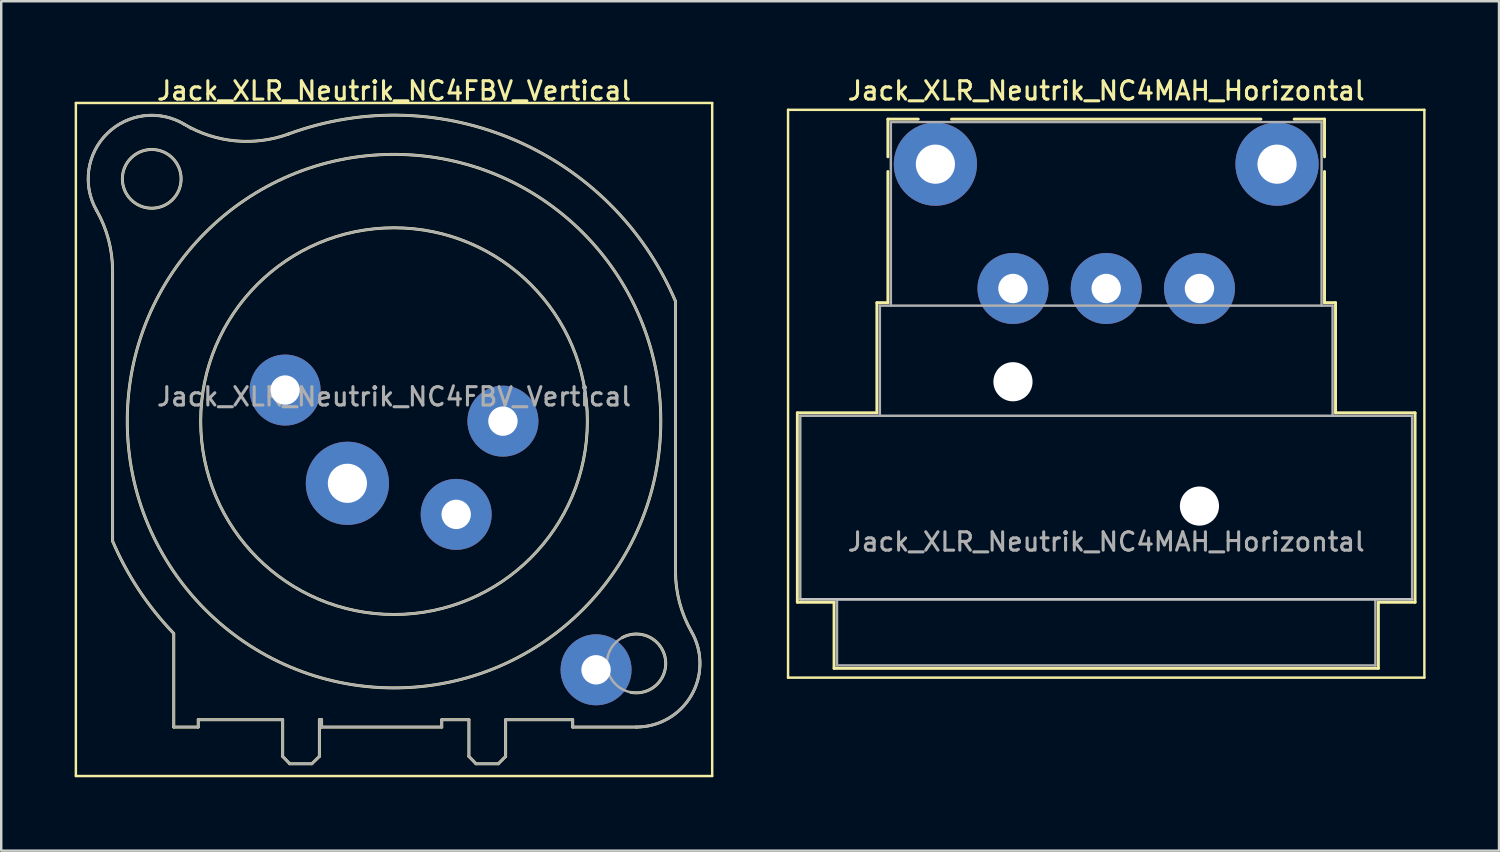
<source format=kicad_pcb>
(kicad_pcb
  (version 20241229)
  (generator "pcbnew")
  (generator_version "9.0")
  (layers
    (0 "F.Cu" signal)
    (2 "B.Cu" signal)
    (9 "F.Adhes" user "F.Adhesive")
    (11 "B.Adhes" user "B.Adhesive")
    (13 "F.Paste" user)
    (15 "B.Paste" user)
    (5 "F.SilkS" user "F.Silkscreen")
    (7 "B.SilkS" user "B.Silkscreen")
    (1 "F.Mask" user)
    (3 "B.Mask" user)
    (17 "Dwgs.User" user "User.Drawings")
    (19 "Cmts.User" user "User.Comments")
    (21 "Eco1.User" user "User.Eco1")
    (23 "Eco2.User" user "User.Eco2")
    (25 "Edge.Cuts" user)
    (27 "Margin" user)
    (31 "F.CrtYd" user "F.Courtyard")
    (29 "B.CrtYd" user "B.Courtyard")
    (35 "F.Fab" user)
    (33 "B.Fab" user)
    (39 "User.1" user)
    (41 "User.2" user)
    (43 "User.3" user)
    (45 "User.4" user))
  (footprint "Jack_XLR_Neutrik_NC4FBV_Vertical"
    (layer "F.Cu")
    (at 17.5 14.158)
    (property "Reference" "Jack_XLR_Neutrik_NC4FBV_Vertical" (at -4.45 -13.5 0) (layer "F.SilkS") (effects (font (size 0.75 0.75) (thickness 0.125))))
    (attr through_hole)
    (fp_line (start -17.45 -13) (end 8.55 -13) (stroke (width 0.1) (type solid)) (layer "F.SilkS"))
    (fp_line (start -17.45 14.5) (end -17.45 -13) (stroke (width 0.1) (type solid)) (layer "F.SilkS"))
    (fp_line (start -15.95 -6.13) (end -15.95 4.9) (stroke (width 0.12) (type solid)) (layer "F.SilkS"))
    (fp_line (start -13.45 8.68) (end -13.45 12.5) (stroke (width 0.12) (type solid)) (layer "F.SilkS"))
    (fp_line (start -12.45 12.2) (end -12.45 12.5) (stroke (width 0.12) (type solid)) (layer "F.SilkS"))
    (fp_line (start -12.45 12.5) (end -13.45 12.5) (stroke (width 0.12) (type solid)) (layer "F.SilkS"))
    (fp_line (start -9 12.2) (end -12.45 12.2) (stroke (width 0.12) (type solid)) (layer "F.SilkS"))
    (fp_line (start -9 12.2) (end -9 13.7) (stroke (width 0.12) (type solid)) (layer "F.SilkS"))
    (fp_line (start -9 13.7) (end -8.71 14) (stroke (width 0.12) (type solid)) (layer "F.SilkS"))
    (fp_line (start -8.71 14) (end -7.81 14) (stroke (width 0.12) (type solid)) (layer "F.SilkS"))
    (fp_line (start -7.5 12.2) (end -7.5 13.7) (stroke (width 0.12) (type solid)) (layer "F.SilkS"))
    (fp_line (start -7.5 13.7) (end -7.81 14) (stroke (width 0.12) (type solid)) (layer "F.SilkS"))
    (fp_line (start -7.41 12.2) (end -7.5 12.2) (stroke (width 0.12) (type solid)) (layer "F.SilkS"))
    (fp_line (start -7.41 12.2) (end -7.41 12.5) (stroke (width 0.12) (type solid)) (layer "F.SilkS"))
    (fp_line (start -2.5 12.2) (end -2.5 12.5) (stroke (width 0.12) (type solid)) (layer "F.SilkS"))
    (fp_line (start -2.5 12.2) (end -1.39 12.2) (stroke (width 0.12) (type solid)) (layer "F.SilkS"))
    (fp_line (start -2.5 12.5) (end -7.41 12.5) (stroke (width 0.12) (type solid)) (layer "F.SilkS"))
    (fp_line (start -1.39 12.2) (end -1.39 13.7) (stroke (width 0.12) (type solid)) (layer "F.SilkS"))
    (fp_line (start -1.39 13.7) (end -1.1 14) (stroke (width 0.12) (type solid)) (layer "F.SilkS"))
    (fp_line (start -1.1 14) (end -0.19 14) (stroke (width 0.12) (type solid)) (layer "F.SilkS"))
    (fp_line (start 0.11 12.2) (end 0.11 13.7) (stroke (width 0.12) (type solid)) (layer "F.SilkS"))
    (fp_line (start 0.11 12.2) (end 2.85 12.2) (stroke (width 0.12) (type solid)) (layer "F.SilkS"))
    (fp_line (start 0.11 13.7) (end -0.19 14) (stroke (width 0.12) (type solid)) (layer "F.SilkS"))
    (fp_line (start 2.85 12.2) (end 2.85 12.5) (stroke (width 0.12) (type solid)) (layer "F.SilkS"))
    (fp_line (start 5.45 12.5) (end 2.85 12.5) (stroke (width 0.12) (type solid)) (layer "F.SilkS"))
    (fp_line (start 7.05 6.13) (end 7.05 -4.9) (stroke (width 0.12) (type solid)) (layer "F.SilkS"))
    (fp_line (start 8.55 -13) (end 8.55 14.5) (stroke (width 0.1) (type solid)) (layer "F.SilkS"))
    (fp_line (start 8.55 14.5) (end -17.45 14.5) (stroke (width 0.1) (type solid)) (layer "F.SilkS"))
    (fp_arc (start -16.605678 -8.61403) (mid -16.167892 -11.753934) (end -13.02 -12.13) (stroke (width 0.12) (type solid)) (layer "F.SilkS"))
    (fp_arc (start -16.601888 -8.608607) (mid -16.114437 -7.411781) (end -15.95 -6.13) (stroke (width 0.12) (type solid)) (layer "F.SilkS"))
    (fp_arc (start -13.460471 8.664376) (mid -14.876528 6.89547) (end -15.95 4.9) (stroke (width 0.12) (type solid)) (layer "F.SilkS"))
    (fp_arc (start -8.782378 -11.725634) (mid 0.49884 -11.479067) (end 7.05 -4.9) (stroke (width 0.12) (type solid)) (layer "F.SilkS"))
    (fp_arc (start -8.765808 -11.730188) (mid -10.937772 -11.452682) (end -13.02 -12.13) (stroke (width 0.12) (type solid)) (layer "F.SilkS"))
    (fp_arc (start 4.867701 8.848226) (mid 6.637502 9.712546) (end 5.22 11.08) (stroke (width 0.12) (type solid)) (layer "F.SilkS"))
    (fp_arc (start 7.706842 8.607293) (mid 7.216999 7.411447) (end 7.05 6.13) (stroke (width 0.12) (type solid)) (layer "F.SilkS"))
    (fp_arc (start 7.708442 8.611807) (mid 7.698255 11.20589) (end 5.45 12.5) (stroke (width 0.12) (type solid)) (layer "F.SilkS"))
    (fp_circle (center -14.35 -9.9) (end -13.15 -9.9) (stroke (width 0.12) (type solid)) (fill no) (layer "F.SilkS"))
    (fp_circle (center -4.45 0) (end 3.45 0) (stroke (width 0.12) (type solid)) (fill no) (layer "F.SilkS"))
    (fp_circle (center -4.45 0) (end 6.45 0) (stroke (width 0.12) (type solid)) (fill no) (layer "F.SilkS"))
    (fp_line (start -15.95 -6.13) (end -15.95 4.9) (stroke (width 0.1) (type solid)) (layer "F.Fab"))
    (fp_line (start -13.45 8.68) (end -13.45 12.5) (stroke (width 0.1) (type solid)) (layer "F.Fab"))
    (fp_line (start -12.45 12.2) (end -12.45 12.5) (stroke (width 0.1) (type solid)) (layer "F.Fab"))
    (fp_line (start -12.45 12.5) (end -13.45 12.5) (stroke (width 0.1) (type solid)) (layer "F.Fab"))
    (fp_line (start -9 12.2) (end -12.45 12.2) (stroke (width 0.1) (type solid)) (layer "F.Fab"))
    (fp_line (start -9 12.2) (end -9 13.7) (stroke (width 0.1) (type solid)) (layer "F.Fab"))
    (fp_line (start -9 13.7) (end -8.71 14) (stroke (width 0.1) (type solid)) (layer "F.Fab"))
    (fp_line (start -8.71 14) (end -7.81 14) (stroke (width 0.1) (type solid)) (layer "F.Fab"))
    (fp_line (start -7.5 12.2) (end -7.5 13.7) (stroke (width 0.1) (type solid)) (layer "F.Fab"))
    (fp_line (start -7.5 13.7) (end -7.81 14) (stroke (width 0.1) (type solid)) (layer "F.Fab"))
    (fp_line (start -7.41 12.2) (end -7.5 12.2) (stroke (width 0.1) (type solid)) (layer "F.Fab"))
    (fp_line (start -7.41 12.2) (end -7.41 12.5) (stroke (width 0.1) (type solid)) (layer "F.Fab"))
    (fp_line (start -2.5 12.2) (end -2.5 12.5) (stroke (width 0.1) (type solid)) (layer "F.Fab"))
    (fp_line (start -2.5 12.2) (end -1.39 12.2) (stroke (width 0.1) (type solid)) (layer "F.Fab"))
    (fp_line (start -2.5 12.5) (end -7.41 12.5) (stroke (width 0.1) (type solid)) (layer "F.Fab"))
    (fp_line (start -1.39 12.2) (end -1.39 13.7) (stroke (width 0.1) (type solid)) (layer "F.Fab"))
    (fp_line (start -1.39 13.7) (end -1.1 14) (stroke (width 0.1) (type solid)) (layer "F.Fab"))
    (fp_line (start -1.1 14) (end -0.19 14) (stroke (width 0.1) (type solid)) (layer "F.Fab"))
    (fp_line (start 0.11 12.2) (end 0.11 13.7) (stroke (width 0.1) (type solid)) (layer "F.Fab"))
    (fp_line (start 0.11 12.2) (end 2.85 12.2) (stroke (width 0.1) (type solid)) (layer "F.Fab"))
    (fp_line (start 0.11 13.7) (end -0.19 14) (stroke (width 0.1) (type solid)) (layer "F.Fab"))
    (fp_line (start 2.85 12.2) (end 2.85 12.5) (stroke (width 0.1) (type solid)) (layer "F.Fab"))
    (fp_line (start 5.45 12.5) (end 2.85 12.5) (stroke (width 0.1) (type solid)) (layer "F.Fab"))
    (fp_line (start 7.05 6.13) (end 7.05 -4.9) (stroke (width 0.1) (type solid)) (layer "F.Fab"))
    (fp_arc (start -16.605678 -8.61403) (mid -16.167892 -11.753934) (end -13.02 -12.13) (stroke (width 0.1) (type solid)) (layer "F.Fab"))
    (fp_arc (start -16.601888 -8.608607) (mid -16.114437 -7.411781) (end -15.95 -6.13) (stroke (width 0.1) (type solid)) (layer "F.Fab"))
    (fp_arc (start -16.58 -8.57) (mid -16.063921 -11.858868) (end -12.735849 -11.942067) (stroke (width 0.1) (type solid)) (layer "F.Fab"))
    (fp_arc (start -13.460471 8.664376) (mid -14.876528 6.89547) (end -15.95 4.9) (stroke (width 0.1) (type solid)) (layer "F.Fab"))
    (fp_arc (start -8.782378 -11.725634) (mid 0.49884 -11.479067) (end 7.05 -4.9) (stroke (width 0.1) (type solid)) (layer "F.Fab"))
    (fp_arc (start -8.765808 -11.730188) (mid -10.937772 -11.452682) (end -13.02 -12.13) (stroke (width 0.1) (type solid)) (layer "F.Fab"))
    (fp_arc (start 7.66 8.516) (mid 7.72753 11.159357) (end 5.448337 12.499945) (stroke (width 0.1) (type solid)) (layer "F.Fab"))
    (fp_arc (start 7.706842 8.607293) (mid 7.216999 7.411447) (end 7.05 6.13) (stroke (width 0.1) (type solid)) (layer "F.Fab"))
    (fp_arc (start 7.708442 8.611807) (mid 7.698255 11.20589) (end 5.45 12.5) (stroke (width 0.1) (type solid)) (layer "F.Fab"))
    (fp_circle (center -14.35 -9.9) (end -13.15 -9.9) (stroke (width 0.1) (type solid)) (fill no) (layer "F.Fab"))
    (fp_circle (center -4.45 0) (end 3.45 0) (stroke (width 0.1) (type solid)) (fill no) (layer "F.Fab"))
    (fp_circle (center -4.45 0) (end 6.45 0) (stroke (width 0.1) (type solid)) (fill no) (layer "F.Fab"))
    (fp_circle (center 5.45 9.9) (end 6.65 9.9) (stroke (width 0.1) (type solid)) (fill no) (layer "F.Fab"))
    (fp_text user "${REFERENCE}" (at -4.45 -1 0) (layer "F.Fab") (effects (font (size 0.75 0.75) (thickness 0.125))))
    (pad "1" thru_hole circle (at 0 0) (size 2.9 2.9) (drill 1.2) (layers "*.Cu" "*.Mask"))
    (pad "2" thru_hole circle (at -1.91 3.81) (size 2.9 2.9) (drill 1.2) (layers "*.Cu" "*.Mask"))
    (pad "3" thru_hole circle (at -6.355 2.54) (size 3.4 3.4) (drill 1.6) (layers "*.Cu" "*.Mask"))
    (pad "4" thru_hole circle (at -8.9 -1.27) (size 2.9 2.9) (drill 1.2) (layers "*.Cu" "*.Mask"))
    (pad "G" thru_hole circle (at 3.805 10.16) (size 2.9 2.9) (drill 1.2) (layers "*.Cu" "*.Mask")))
  (footprint "Jack_XLR_Neutrik_NC4MAH_Horizontal"
    (layer "F.Cu")
    (at 35.17 3.658)
    (property "Reference" "Jack_XLR_Neutrik_NC4MAH_Horizontal" (at 6.98 -3 0) (layer "F.SilkS") (effects (font (size 0.75 0.75) (thickness 0.125))))
    (attr through_hole)
    (fp_line (start -6.02 20.98) (end -6.02 -2.22) (stroke (width 0.1) (type solid)) (layer "F.SilkS"))
    (fp_line (start -5.64 10.16) (end -2.39 10.16) (stroke (width 0.12) (type solid)) (layer "F.SilkS"))
    (fp_line (start -5.64 17.9) (end -5.64 10.16) (stroke (width 0.12) (type solid)) (layer "F.SilkS"))
    (fp_line (start -4.14 17.9) (end -5.64 17.9) (stroke (width 0.12) (type solid)) (layer "F.SilkS"))
    (fp_line (start -4.14 17.9) (end -4.14 20.6) (stroke (width 0.12) (type solid)) (layer "F.SilkS"))
    (fp_line (start -2.39 10.16) (end -2.39 5.66) (stroke (width 0.12) (type solid)) (layer "F.SilkS"))
    (fp_line (start -1.94 -1.84) (end -1.94 -0.3) (stroke (width 0.12) (type solid)) (layer "F.SilkS"))
    (fp_line (start -1.94 -1.84) (end -0.7 -1.84) (stroke (width 0.12) (type solid)) (layer "F.SilkS"))
    (fp_line (start -1.94 5.66) (end -2.39 5.66) (stroke (width 0.12) (type solid)) (layer "F.SilkS"))
    (fp_line (start -1.94 5.66) (end -1.94 0.3) (stroke (width 0.12) (type solid)) (layer "F.SilkS"))
    (fp_line (start 13.3 -1.84) (end 0.66 -1.84) (stroke (width 0.12) (type solid)) (layer "F.SilkS"))
    (fp_line (start 15.9 -1.84) (end 14.66 -1.84) (stroke (width 0.12) (type solid)) (layer "F.SilkS"))
    (fp_line (start 15.9 -1.84) (end 15.9 -0.3) (stroke (width 0.12) (type solid)) (layer "F.SilkS"))
    (fp_line (start 15.9 5.66) (end 15.9 0.3) (stroke (width 0.12) (type solid)) (layer "F.SilkS"))
    (fp_line (start 15.9 5.66) (end 16.35 5.66) (stroke (width 0.12) (type solid)) (layer "F.SilkS"))
    (fp_line (start 16.35 10.16) (end 16.35 5.66) (stroke (width 0.12) (type solid)) (layer "F.SilkS"))
    (fp_line (start 16.35 10.16) (end 19.6 10.16) (stroke (width 0.12) (type solid)) (layer "F.SilkS"))
    (fp_line (start 18.1 17.9) (end 18.1 20.6) (stroke (width 0.12) (type solid)) (layer "F.SilkS"))
    (fp_line (start 18.1 20.6) (end -4.14 20.6) (stroke (width 0.12) (type solid)) (layer "F.SilkS"))
    (fp_line (start 19.6 17.9) (end 18.1 17.9) (stroke (width 0.12) (type solid)) (layer "F.SilkS"))
    (fp_line (start 19.6 17.9) (end 19.6 10.16) (stroke (width 0.12) (type solid)) (layer "F.SilkS"))
    (fp_line (start 19.98 -2.22) (end -6.02 -2.22) (stroke (width 0.1) (type solid)) (layer "F.SilkS"))
    (fp_line (start 19.98 20.98) (end -6.02 20.98) (stroke (width 0.1) (type solid)) (layer "F.SilkS"))
    (fp_line (start 19.98 20.98) (end 19.98 -2.22) (stroke (width 0.1) (type solid)) (layer "F.SilkS"))
    (fp_line (start 19.48 17.78) (end -5.52 17.78) (stroke (width 0.1) (type solid)) (layer "Dwgs.User"))
    (fp_line (start -5.52 10.28) (end 19.48 10.28) (stroke (width 0.1) (type solid)) (layer "F.Fab"))
    (fp_line (start -5.52 17.78) (end -5.52 10.28) (stroke (width 0.1) (type solid)) (layer "F.Fab"))
    (fp_line (start -4.02 20.48) (end -4.02 17.78) (stroke (width 0.1) (type solid)) (layer "F.Fab"))
    (fp_line (start -2.27 5.78) (end -2.27 10.28) (stroke (width 0.1) (type solid)) (layer "F.Fab"))
    (fp_line (start -2.27 5.78) (end 16.23 5.78) (stroke (width 0.1) (type solid)) (layer "F.Fab"))
    (fp_line (start -1.82 5.78) (end -1.82 -1.72) (stroke (width 0.1) (type solid)) (layer "F.Fab"))
    (fp_line (start 15.78 -1.72) (end -1.82 -1.72) (stroke (width 0.1) (type solid)) (layer "F.Fab"))
    (fp_line (start 15.78 5.78) (end 15.78 -1.72) (stroke (width 0.1) (type solid)) (layer "F.Fab"))
    (fp_line (start 16.23 10.28) (end 16.23 5.78) (stroke (width 0.1) (type solid)) (layer "F.Fab"))
    (fp_line (start 17.98 17.78) (end 17.98 20.48) (stroke (width 0.1) (type solid)) (layer "F.Fab"))
    (fp_line (start 17.98 20.48) (end -4.02 20.48) (stroke (width 0.1) (type solid)) (layer "F.Fab"))
    (fp_line (start 19.48 10.28) (end 19.48 17.78) (stroke (width 0.1) (type solid)) (layer "F.Fab"))
    (fp_line (start 19.48 17.78) (end -5.52 17.78) (stroke (width 0.1) (type solid)) (layer "F.Fab"))
    (fp_text user "${REFERENCE}" (at 6.98 15.43 0) (layer "F.Fab") (effects (font (size 0.75 0.75) (thickness 0.125))))
    (pad "" np_thru_hole circle (at 3.17 8.89) (size 1.6 1.6) (drill 1.6) (layers "*.Cu" "*.Mask"))
    (pad "" np_thru_hole circle (at 10.79 13.97) (size 1.6 1.6) (drill 1.6) (layers "*.Cu" "*.Mask"))
    (pad "1" thru_hole circle (at 0 0) (size 3.4 3.4) (drill 1.6) (layers "*.Cu" "*.Mask"))
    (pad "2" thru_hole circle (at 3.17 5.08) (size 2.9 2.9) (drill 1.2) (layers "*.Cu" "*.Mask"))
    (pad "3" thru_hole circle (at 10.79 5.08) (size 2.9 2.9) (drill 1.2) (layers "*.Cu" "*.Mask"))
    (pad "4" thru_hole circle (at 13.96 0) (size 3.4 3.4) (drill 1.6) (layers "*.Cu" "*.Mask"))
    (pad "G" thru_hole circle (at 6.98 5.08) (size 2.9 2.9) (drill 1.2) (layers "*.Cu" "*.Mask")))
  (gr_rect
    (start -3 -3)
    (end 58.2 31.708)
    (stroke (width 0.1) (type default))
    (fill no)
    (layer "Edge.Cuts")))
</source>
